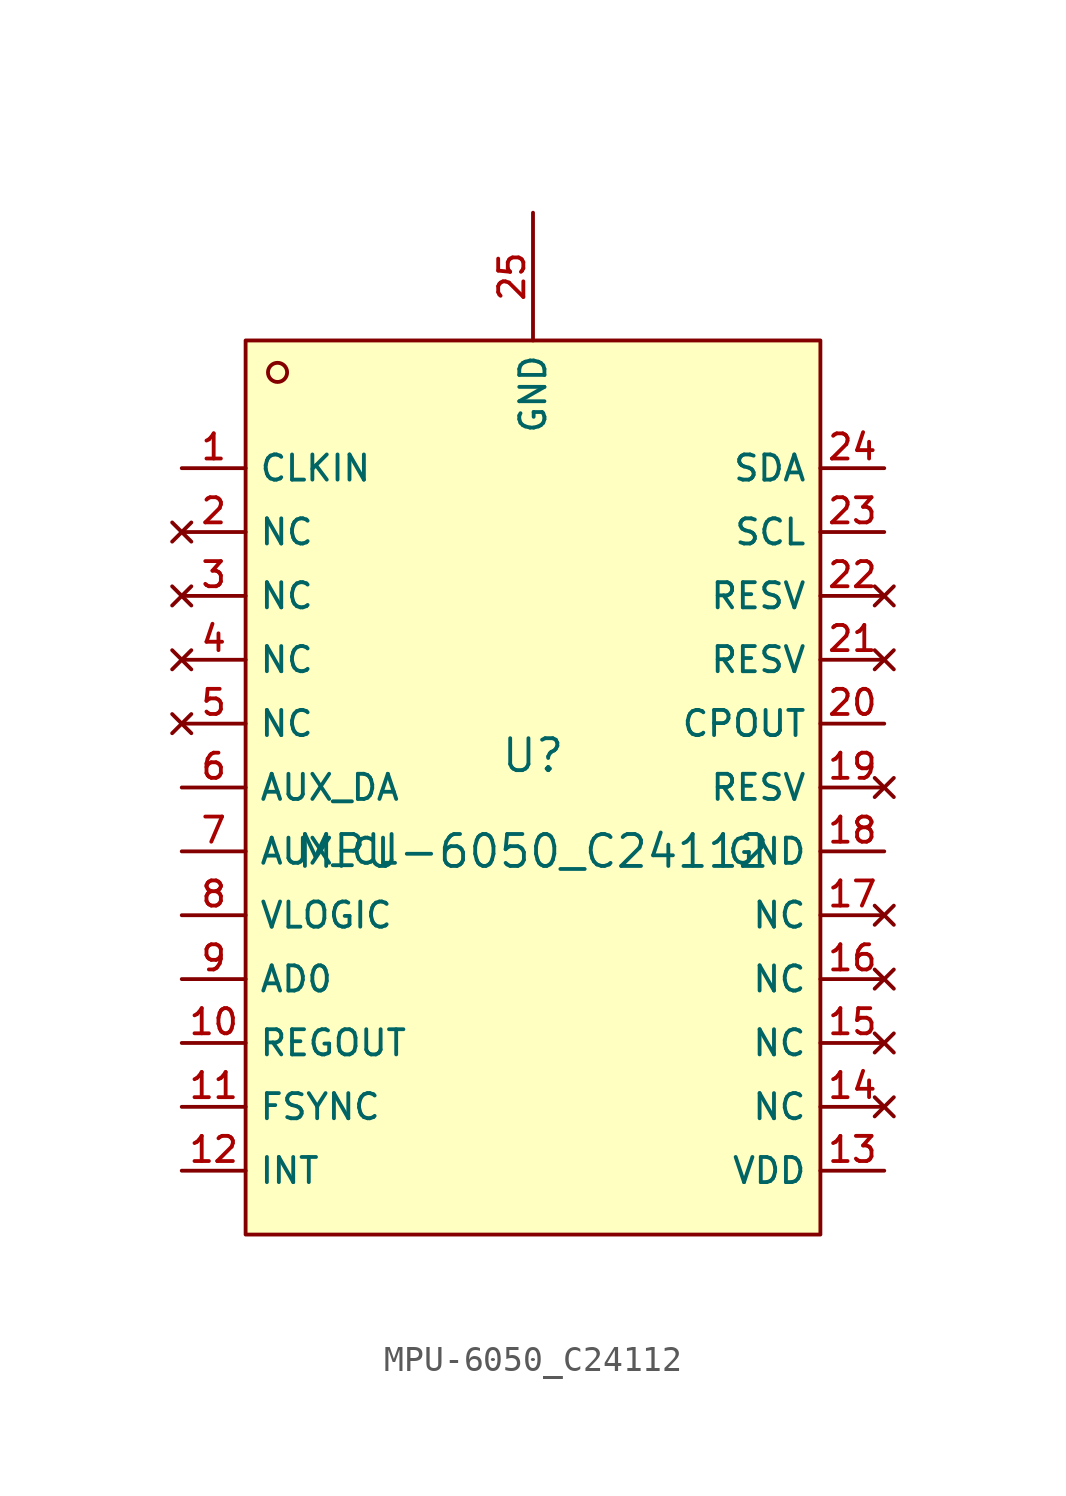
<source format=kicad_sym>
(kicad_symbol_lib
  (version 20220914)
  (generator kicad_symbol_editor)
  (symbol "MPU-6050_C24112"
    (property "Reference" "U"
      (at 0 1.27 0)
      (effects (font (size 1.27 1.27))))
    (property "Value" "MPU-6050_C24112"
      (at 0 -2.54 0)
      (effects (font (size 1.27 1.27))))
    (symbol "MPU-6050_C24112_0_1"
      (rectangle (start -11.43 17.78) (end 11.43 -17.78) (stroke (width 0) (type default)) (fill (type background)))
      (circle (center -10.16 16.51) (radius 0.381) (stroke (width 0) (type default)) (fill (type background)))
      (pin input line (at -13.97 12.7 0) (length 2.54) (name "CLKIN" (effects (font (size 1 1)))) (number "1" (effects (font (size 1 1)))))
      (pin passive line (at -13.97 -10.16 0) (length 2.54) (name "REGOUT" (effects (font (size 1 1)))) (number "10" (effects (font (size 1 1)))))
      (pin input line (at -13.97 -12.7 0) (length 2.54) (name "FSYNC" (effects (font (size 1 1)))) (number "11" (effects (font (size 1 1)))))
      (pin output line (at -13.97 -15.24 0) (length 2.54) (name "INT" (effects (font (size 1 1)))) (number "12" (effects (font (size 1 1)))))
      (pin power_in line (at 13.97 -15.24 180) (length 2.54) (name "VDD" (effects (font (size 1 1)))) (number "13" (effects (font (size 1 1)))))
      (pin no_connect line (at 13.97 -12.7 180) (length 2.54) (name "NC" (effects (font (size 1 1)))) (number "14" (effects (font (size 1 1)))))
      (pin no_connect line (at 13.97 -10.16 180) (length 2.54) (name "NC" (effects (font (size 1 1)))) (number "15" (effects (font (size 1 1)))))
      (pin no_connect line (at 13.97 -7.62 180) (length 2.54) (name "NC" (effects (font (size 1 1)))) (number "16" (effects (font (size 1 1)))))
      (pin no_connect line (at 13.97 -5.08 180) (length 2.54) (name "NC" (effects (font (size 1 1)))) (number "17" (effects (font (size 1 1)))))
      (pin power_in line (at 13.97 -2.54 180) (length 2.54) (name "GND" (effects (font (size 1 1)))) (number "18" (effects (font (size 1 1)))))
      (pin no_connect line (at 13.97 0 180) (length 2.54) (name "RESV" (effects (font (size 1 1)))) (number "19" (effects (font (size 1 1)))))
      (pin no_connect line (at -13.97 10.16 0) (length 2.54) (name "NC" (effects (font (size 1 1)))) (number "2" (effects (font (size 1 1)))))
      (pin passive line (at 13.97 2.54 180) (length 2.54) (name "CPOUT" (effects (font (size 1 1)))) (number "20" (effects (font (size 1 1)))))
      (pin no_connect line (at 13.97 5.08 180) (length 2.54) (name "RESV" (effects (font (size 1 1)))) (number "21" (effects (font (size 1 1)))))
      (pin no_connect line (at 13.97 7.62 180) (length 2.54) (name "RESV" (effects (font (size 1 1)))) (number "22" (effects (font (size 1 1)))))
      (pin input line (at 13.97 10.16 180) (length 2.54) (name "SCL" (effects (font (size 1 1)))) (number "23" (effects (font (size 1 1)))))
      (pin bidirectional line (at 13.97 12.7 180) (length 2.54) (name "SDA" (effects (font (size 1 1)))) (number "24" (effects (font (size 1 1)))))
      (pin power_in line (at 0 22.86 270) (length 5.08) (name "GND" (effects (font (size 1 1)))) (number "25" (effects (font (size 1 1)))))
      (pin no_connect line (at -13.97 7.62 0) (length 2.54) (name "NC" (effects (font (size 1 1)))) (number "3" (effects (font (size 1 1)))))
      (pin no_connect line (at -13.97 5.08 0) (length 2.54) (name "NC" (effects (font (size 1 1)))) (number "4" (effects (font (size 1 1)))))
      (pin no_connect line (at -13.97 2.54 0) (length 2.54) (name "NC" (effects (font (size 1 1)))) (number "5" (effects (font (size 1 1)))))
      (pin bidirectional line (at -13.97 0 0) (length 2.54) (name "AUX_DA" (effects (font (size 1 1)))) (number "6" (effects (font (size 1 1)))))
      (pin output line (at -13.97 -2.54 0) (length 2.54) (name "AUX_CL" (effects (font (size 1 1)))) (number "7" (effects (font (size 1 1)))))
      (pin power_in line (at -13.97 -5.08 0) (length 2.54) (name "VLOGIC" (effects (font (size 1 1)))) (number "8" (effects (font (size 1 1)))))
      (pin bidirectional line (at -13.97 -7.62 0) (length 2.54) (name "AD0" (effects (font (size 1 1)))) (number "9" (effects (font (size 1 1))))))))
</source>
